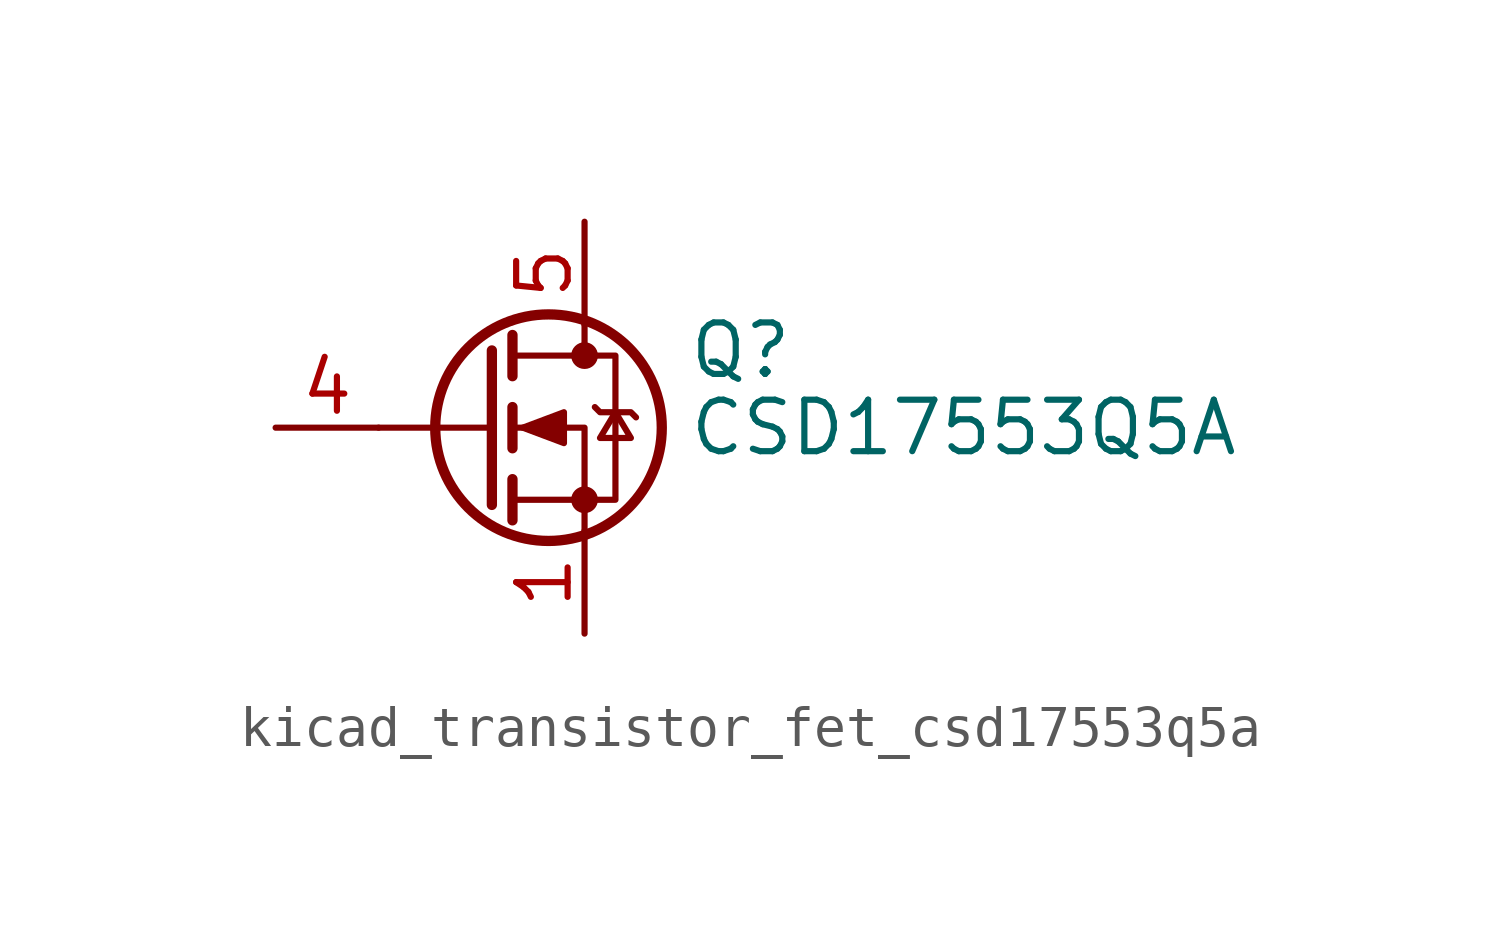
<source format=kicad_sym>
(kicad_symbol_lib
  (version 20220914)
  (generator kicad_symbol_editor)
  (symbol "kicad_transistor_fet_csd17553q5a"
    (pin_names hide)
    (property "Reference" "Q"
      (at 5.08 1.905 0)
      (effects (font (size 1.27 1.27)) (justify left)))
    (property "Value" "CSD17553Q5A"
      (at 5.08 0 0)
      (effects (font (size 1.27 1.27)) (justify left)))
    (symbol "kicad_transistor_fet_csd17553q5a_0_1"
      (polyline (pts (xy 0.254 0) (xy -2.54 0)) (stroke (width 0) (type default)) (fill (type none)))
      (polyline (pts (xy 0.254 1.905) (xy 0.254 -1.905)) (stroke (width 0.254) (type default)) (fill (type none)))
      (polyline (pts (xy 0.762 -1.27) (xy 0.762 -2.286)) (stroke (width 0.254) (type default)) (fill (type none)))
      (polyline (pts (xy 0.762 0.508) (xy 0.762 -0.508)) (stroke (width 0.254) (type default)) (fill (type none)))
      (polyline (pts (xy 0.762 2.286) (xy 0.762 1.27)) (stroke (width 0.254) (type default)) (fill (type none)))
      (polyline (pts (xy 2.54 2.54) (xy 2.54 1.778)) (stroke (width 0) (type default)) (fill (type none)))
      (polyline (pts (xy 2.54 -2.54) (xy 2.54 0) (xy 0.762 0)) (stroke (width 0) (type default)) (fill (type none)))
      (polyline (pts (xy 0.762 -1.778) (xy 3.302 -1.778) (xy 3.302 1.778) (xy 0.762 1.778)) (stroke (width 0) (type default)) (fill (type none)))
      (polyline (pts (xy 1.016 0) (xy 2.032 0.381) (xy 2.032 -0.381) (xy 1.016 0)) (stroke (width 0) (type default)) (fill (type outline)))
      (polyline (pts (xy 2.794 0.508) (xy 2.921 0.381) (xy 3.683 0.381) (xy 3.81 0.254)) (stroke (width 0) (type default)) (fill (type none)))
      (polyline (pts (xy 3.302 0.381) (xy 2.921 -0.254) (xy 3.683 -0.254) (xy 3.302 0.381)) (stroke (width 0) (type default)) (fill (type none)))
      (circle (center 1.651 0) (radius 2.794) (stroke (width 0.254) (type default)) (fill (type none)))
      (circle (center 2.54 -1.778) (radius 0.254) (stroke (width 0) (type default)) (fill (type outline)))
      (circle (center 2.54 1.778) (radius 0.254) (stroke (width 0) (type default)) (fill (type outline))))
    (symbol "kicad_transistor_fet_csd17553q5a_1_1"
      (pin passive line (at 2.54 -5.08 90) (length 2.54) (name "S" (effects (font (size 1.27 1.27)))) (number "1" (effects (font (size 1.27 1.27)))))
      (pin passive line (at 2.54 -5.08 90) (length 2.54) hide (name "S" (effects (font (size 1.27 1.27)))) (number "2" (effects (font (size 1.27 1.27)))))
      (pin passive line (at 2.54 -5.08 90) (length 2.54) hide (name "S" (effects (font (size 1.27 1.27)))) (number "3" (effects (font (size 1.27 1.27)))))
      (pin passive line (at -5.08 0 0) (length 2.54) (name "G" (effects (font (size 1.27 1.27)))) (number "4" (effects (font (size 1.27 1.27)))))
      (pin passive line (at 2.54 5.08 270) (length 2.54) (name "D" (effects (font (size 1.27 1.27)))) (number "5" (effects (font (size 1.27 1.27))))))))
</source>
